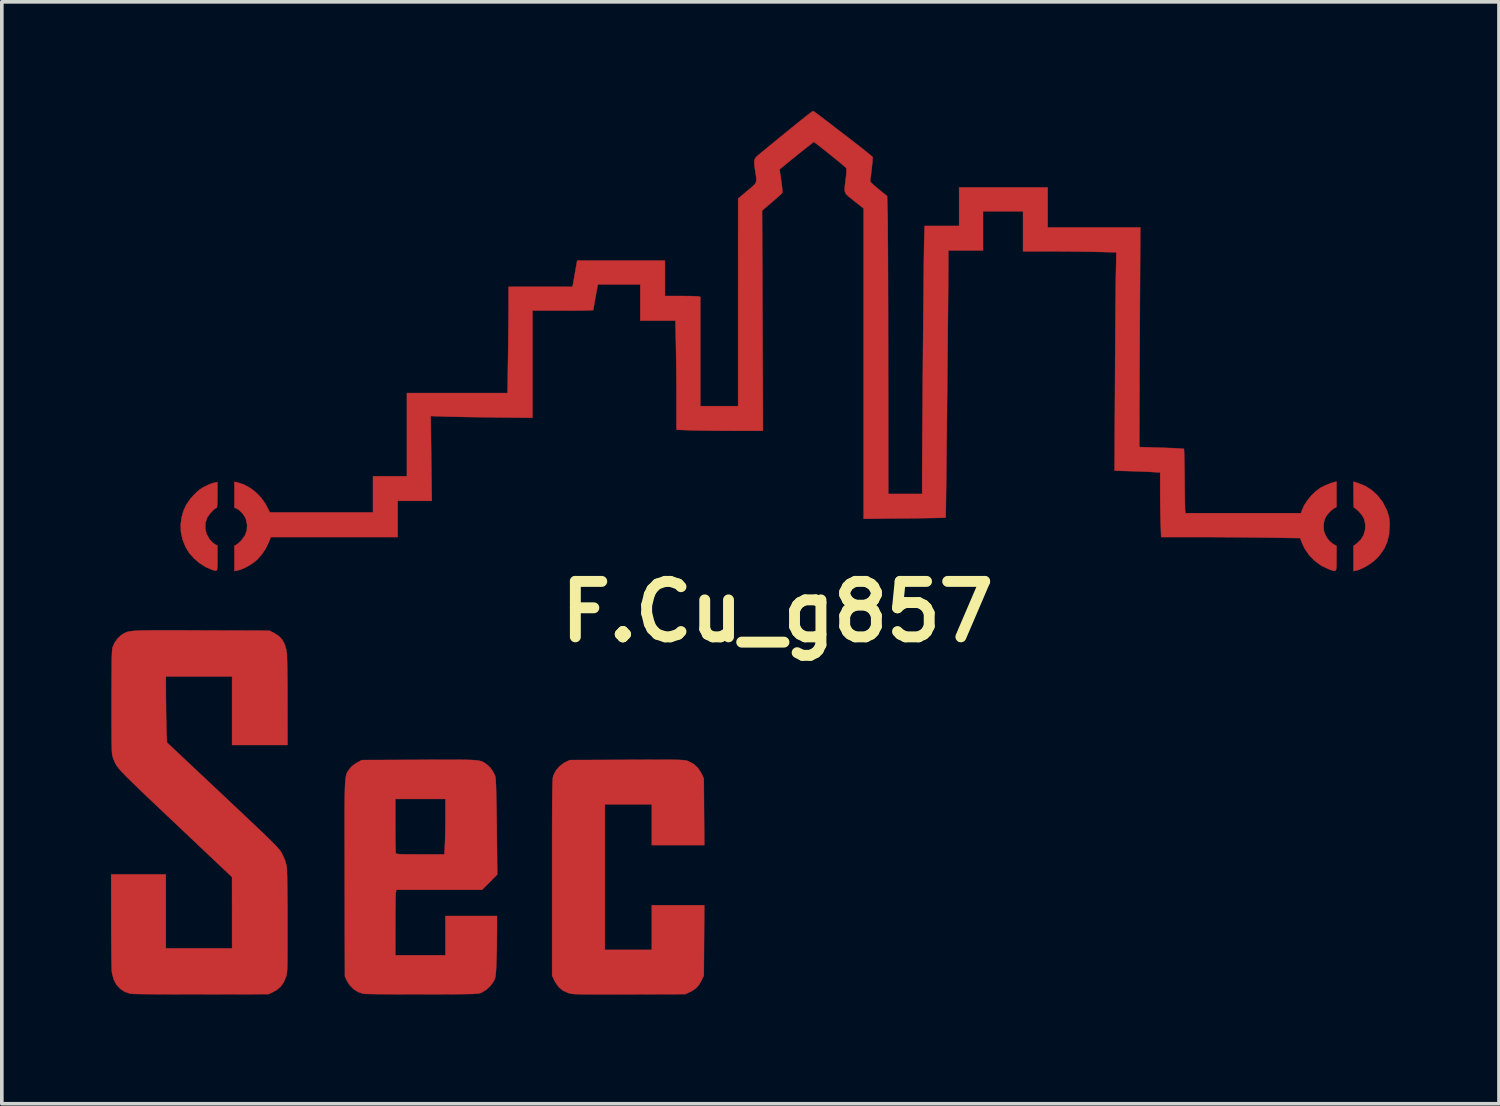
<source format=kicad_pcb>
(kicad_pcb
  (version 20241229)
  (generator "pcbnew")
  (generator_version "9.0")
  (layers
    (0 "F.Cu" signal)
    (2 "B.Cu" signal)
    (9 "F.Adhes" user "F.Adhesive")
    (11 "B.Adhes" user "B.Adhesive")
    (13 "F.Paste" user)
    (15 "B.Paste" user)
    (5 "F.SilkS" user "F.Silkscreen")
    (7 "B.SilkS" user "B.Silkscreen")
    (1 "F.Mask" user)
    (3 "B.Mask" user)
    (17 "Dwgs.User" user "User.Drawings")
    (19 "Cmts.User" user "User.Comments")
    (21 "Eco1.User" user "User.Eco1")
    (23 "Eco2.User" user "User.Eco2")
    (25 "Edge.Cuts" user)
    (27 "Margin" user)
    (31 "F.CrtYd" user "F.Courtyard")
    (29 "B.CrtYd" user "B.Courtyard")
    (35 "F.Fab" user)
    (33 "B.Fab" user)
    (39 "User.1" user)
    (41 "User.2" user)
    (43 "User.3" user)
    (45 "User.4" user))
  (footprint "F.Cu_g857"
    (layer "F.Cu")
    (at 18.314 13.763)
    (property "Reference" "F.Cu_g857" (at 0 0 0) (layer "F.SilkS") (effects (font (size 1.524 1.524) (thickness 0.3))))
    (attr through_hole)
    (fp_poly (pts (xy 15.944 -3.542) (xy 16.149 -3.461) (xy 16.335 -3.343) (xy 16.498 -3.194) (xy 16.634 -3.017) (xy 16.739 -2.816) (xy 16.768 -2.742) (xy 16.798 -2.648) (xy 16.816 -2.566) (xy 16.825 -2.477) (xy 16.827 -2.365) (xy 16.827 -2.359) (xy 16.811 -2.128) (xy 16.761 -1.92) (xy 16.676 -1.731) (xy 16.553 -1.555) (xy 16.464 -1.458) (xy 16.357 -1.365) (xy 16.232 -1.279) (xy 16.101 -1.206) (xy 15.977 -1.153) (xy 15.901 -1.132) (xy 15.833 -1.118) (xy 15.833 -1.81) (xy 15.933 -1.884) (xy 16.037 -1.986) (xy 16.111 -2.11) (xy 16.153 -2.248) (xy 16.16 -2.391) (xy 16.131 -2.531) (xy 16.103 -2.596) (xy 16.064 -2.657) (xy 16.011 -2.722) (xy 15.954 -2.783) (xy 15.9 -2.831) (xy 15.859 -2.856) (xy 15.85 -2.857) (xy 15.844 -2.878) (xy 15.839 -2.933) (xy 15.836 -3.017) (xy 15.833 -3.123) (xy 15.833 -3.216) (xy 15.833 -3.575) (xy 15.944 -3.542)) (stroke (width 0.01) (type solid)) (fill yes) (layer "F.Cu"))
    (fp_poly (pts (xy -15.388 -3.21) (xy -15.389 -3.067) (xy -15.393 -2.959) (xy -15.399 -2.889) (xy -15.408 -2.859) (xy -15.41 -2.857) (xy -15.445 -2.842) (xy -15.496 -2.8) (xy -15.554 -2.741) (xy -15.61 -2.674) (xy -15.656 -2.609) (xy -15.677 -2.572) (xy -15.719 -2.433) (xy -15.723 -2.289) (xy -15.69 -2.146) (xy -15.62 -2.015) (xy -15.586 -1.97) (xy -15.531 -1.913) (xy -15.474 -1.867) (xy -15.45 -1.851) (xy -15.388 -1.819) (xy -15.388 -1.471) (xy -15.388 -1.338) (xy -15.39 -1.243) (xy -15.395 -1.18) (xy -15.406 -1.144) (xy -15.425 -1.129) (xy -15.455 -1.13) (xy -15.498 -1.142) (xy -15.527 -1.152) (xy -15.707 -1.227) (xy -15.88 -1.336) (xy -16.037 -1.471) (xy -16.17 -1.624) (xy -16.263 -1.778) (xy -16.348 -1.989) (xy -16.392 -2.196) (xy -16.397 -2.409) (xy -16.371 -2.599) (xy -16.319 -2.783) (xy -16.241 -2.948) (xy -16.132 -3.104) (xy -16.046 -3.202) (xy -15.955 -3.293) (xy -15.873 -3.36) (xy -15.787 -3.415) (xy -15.718 -3.451) (xy -15.631 -3.492) (xy -15.547 -3.525) (xy -15.483 -3.546) (xy -15.468 -3.549) (xy -15.388 -3.562) (xy -15.388 -3.21)) (stroke (width 0.01) (type solid)) (fill yes) (layer "F.Cu"))
    (fp_poly (pts (xy -3.021 4.067) (xy -2.891 4.067) (xy -2.786 4.069) (xy -2.701 4.071) (xy -2.635 4.074) (xy -2.583 4.077) (xy -2.543 4.082) (xy -2.512 4.087) (xy -2.486 4.094) (xy -2.463 4.101) (xy -2.449 4.107) (xy -2.303 4.183) (xy -2.183 4.292) (xy -2.092 4.431) (xy -2.083 4.449) (xy -2.021 4.583) (xy -2.015 5.498) (xy -2.008 6.413) (xy -3.45 6.413) (xy -3.45 5.292) (xy -4.741 5.292) (xy -4.741 9.292) (xy -3.45 9.292) (xy -3.45 8.065) (xy -2.008 8.065) (xy -2.021 10.001) (xy -2.091 10.143) (xy -2.156 10.256) (xy -2.233 10.342) (xy -2.332 10.412) (xy -2.413 10.454) (xy -2.529 10.509) (xy -4.075 10.514) (xy -4.368 10.515) (xy -4.622 10.515) (xy -4.841 10.515) (xy -5.026 10.515) (xy -5.181 10.515) (xy -5.31 10.514) (xy -5.414 10.512) (xy -5.499 10.51) (xy -5.565 10.507) (xy -5.618 10.503) (xy -5.659 10.498) (xy -5.692 10.492) (xy -5.719 10.486) (xy -5.745 10.478) (xy -5.747 10.477) (xy -5.889 10.413) (xy -6.004 10.319) (xy -6.097 10.19) (xy -6.122 10.144) (xy -6.191 10.002) (xy -6.191 7.303) (xy -6.191 6.908) (xy -6.191 6.554) (xy -6.191 6.237) (xy -6.191 5.957) (xy -6.19 5.709) (xy -6.189 5.492) (xy -6.189 5.305) (xy -6.187 5.144) (xy -6.186 5.007) (xy -6.184 4.892) (xy -6.182 4.797) (xy -6.18 4.72) (xy -6.177 4.658) (xy -6.174 4.61) (xy -6.17 4.572) (xy -6.166 4.543) (xy -6.161 4.52) (xy -6.155 4.501) (xy -6.153 4.494) (xy -6.087 4.365) (xy -5.989 4.249) (xy -5.867 4.156) (xy -5.825 4.134) (xy -5.704 4.075) (xy -4.135 4.069) (xy -3.84 4.068) (xy -3.584 4.067) (xy -3.364 4.066) (xy -3.177 4.066) (xy -3.021 4.067)) (stroke (width 0.01) (type solid)) (fill yes) (layer "F.Cu"))
    (fp_poly (pts (xy -8.851 4.066) (xy -8.686 4.067) (xy -8.549 4.069) (xy -8.435 4.072) (xy -8.342 4.077) (xy -8.267 4.083) (xy -8.207 4.091) (xy -8.159 4.102) (xy -8.12 4.114) (xy -8.087 4.129) (xy -8.056 4.147) (xy -8.025 4.168) (xy -7.991 4.192) (xy -7.988 4.193) (xy -7.904 4.269) (xy -7.827 4.371) (xy -7.768 4.484) (xy -7.749 4.54) (xy -7.744 4.581) (xy -7.738 4.663) (xy -7.733 4.784) (xy -7.728 4.943) (xy -7.724 5.137) (xy -7.719 5.367) (xy -7.715 5.629) (xy -7.712 5.922) (xy -7.712 5.923) (xy -7.698 7.221) (xy -7.907 7.431) (xy -8.117 7.641) (xy -10.472 7.641) (xy -10.485 7.721) (xy -10.488 7.759) (xy -10.491 7.835) (xy -10.493 7.943) (xy -10.495 8.077) (xy -10.497 8.234) (xy -10.498 8.407) (xy -10.498 8.591) (xy -10.498 8.62) (xy -10.499 9.44) (xy -9.123 9.44) (xy -9.123 8.361) (xy -7.705 8.361) (xy -7.706 8.821) (xy -7.708 8.99) (xy -7.71 9.174) (xy -7.714 9.36) (xy -7.719 9.532) (xy -7.723 9.663) (xy -7.729 9.801) (xy -7.735 9.904) (xy -7.742 9.98) (xy -7.751 10.037) (xy -7.763 10.081) (xy -7.78 10.121) (xy -7.794 10.151) (xy -7.879 10.275) (xy -7.994 10.383) (xy -8.124 10.463) (xy -8.144 10.472) (xy -8.164 10.479) (xy -8.187 10.486) (xy -8.217 10.491) (xy -8.256 10.496) (xy -8.309 10.5) (xy -8.377 10.503) (xy -8.464 10.505) (xy -8.573 10.507) (xy -8.706 10.509) (xy -8.868 10.51) (xy -9.061 10.511) (xy -9.288 10.512) (xy -9.552 10.512) (xy -9.758 10.513) (xy -10.011 10.513) (xy -10.254 10.513) (xy -10.483 10.512) (xy -10.694 10.511) (xy -10.884 10.509) (xy -11.049 10.508) (xy -11.185 10.505) (xy -11.289 10.503) (xy -11.358 10.5) (xy -11.385 10.497) (xy -11.525 10.449) (xy -11.653 10.365) (xy -11.762 10.252) (xy -11.836 10.128) (xy -11.885 10.022) (xy -11.891 7.335) (xy -11.892 6.934) (xy -11.892 6.572) (xy -11.893 6.249) (xy -11.893 5.961) (xy -11.893 5.706) (xy -11.893 5.482) (xy -11.892 5.287) (xy -11.89 5.144) (xy -10.499 5.144) (xy -10.499 5.872) (xy -10.498 6.045) (xy -10.497 6.205) (xy -10.496 6.347) (xy -10.494 6.466) (xy -10.491 6.557) (xy -10.488 6.615) (xy -10.486 6.634) (xy -10.478 6.643) (xy -10.461 6.651) (xy -10.429 6.657) (xy -10.378 6.661) (xy -10.304 6.664) (xy -10.203 6.666) (xy -10.07 6.667) (xy -9.901 6.667) (xy -9.812 6.668) (xy -9.151 6.668) (xy -9.137 6.41) (xy -9.133 6.311) (xy -9.129 6.181) (xy -9.126 6.028) (xy -9.124 5.866) (xy -9.123 5.702) (xy -9.123 5.648) (xy -9.123 5.144) (xy -10.499 5.144) (xy -11.89 5.144) (xy -11.89 5.119) (xy -11.887 4.975) (xy -11.884 4.853) (xy -11.88 4.752) (xy -11.875 4.667) (xy -11.868 4.598) (xy -11.861 4.542) (xy -11.852 4.497) (xy -11.841 4.461) (xy -11.829 4.431) (xy -11.816 4.405) (xy -11.801 4.381) (xy -11.784 4.356) (xy -11.765 4.329) (xy -11.764 4.327) (xy -11.695 4.246) (xy -11.604 4.178) (xy -11.557 4.15) (xy -11.419 4.075) (xy -9.842 4.069) (xy -9.539 4.067) (xy -9.274 4.066) (xy -9.046 4.066) (xy -8.851 4.066)) (stroke (width 0.01) (type solid)) (fill yes) (layer "F.Cu"))
    (fp_poly (pts (xy -16.558 0.51) (xy -16.277 0.511) (xy -15.958 0.512) (xy -15.83 0.513) (xy -13.959 0.519) (xy -13.836 0.581) (xy -13.707 0.663) (xy -13.61 0.763) (xy -13.541 0.887) (xy -13.497 1.039) (xy -13.482 1.151) (xy -13.478 1.209) (xy -13.475 1.305) (xy -13.472 1.434) (xy -13.469 1.59) (xy -13.467 1.77) (xy -13.465 1.969) (xy -13.463 2.182) (xy -13.463 2.404) (xy -13.463 2.503) (xy -13.462 3.662) (xy -14.986 3.662) (xy -14.986 1.778) (xy -16.806 1.778) (xy -16.804 2.376) (xy -16.802 2.551) (xy -16.8 2.731) (xy -16.798 2.905) (xy -16.794 3.065) (xy -16.791 3.199) (xy -16.788 3.283) (xy -16.775 3.593) (xy -15.621 4.679) (xy -15.337 4.946) (xy -15.082 5.186) (xy -14.855 5.4) (xy -14.653 5.59) (xy -14.476 5.758) (xy -14.321 5.905) (xy -14.187 6.032) (xy -14.072 6.143) (xy -13.975 6.237) (xy -13.894 6.318) (xy -13.826 6.385) (xy -13.772 6.442) (xy -13.728 6.49) (xy -13.693 6.53) (xy -13.666 6.564) (xy -13.644 6.594) (xy -13.627 6.622) (xy -13.613 6.648) (xy -13.599 6.675) (xy -13.588 6.697) (xy -13.529 6.835) (xy -13.493 6.965) (xy -13.483 7.027) (xy -13.48 7.076) (xy -13.477 7.164) (xy -13.473 7.285) (xy -13.471 7.436) (xy -13.468 7.613) (xy -13.466 7.812) (xy -13.464 8.029) (xy -13.463 8.26) (xy -13.463 8.499) (xy -13.463 8.547) (xy -13.463 8.821) (xy -13.463 9.055) (xy -13.463 9.255) (xy -13.464 9.422) (xy -13.465 9.56) (xy -13.466 9.672) (xy -13.469 9.762) (xy -13.472 9.834) (xy -13.476 9.89) (xy -13.481 9.933) (xy -13.486 9.968) (xy -13.493 9.998) (xy -13.502 10.025) (xy -13.506 10.039) (xy -13.568 10.185) (xy -13.649 10.3) (xy -13.756 10.391) (xy -13.864 10.452) (xy -13.981 10.509) (xy -15.833 10.513) (xy -16.111 10.513) (xy -16.379 10.513) (xy -16.633 10.512) (xy -16.869 10.511) (xy -17.085 10.51) (xy -17.278 10.509) (xy -17.444 10.507) (xy -17.58 10.505) (xy -17.682 10.503) (xy -17.748 10.5) (xy -17.773 10.498) (xy -17.929 10.447) (xy -18.06 10.362) (xy -18.165 10.247) (xy -18.24 10.103) (xy -18.284 9.934) (xy -18.29 9.888) (xy -18.293 9.837) (xy -18.296 9.748) (xy -18.299 9.626) (xy -18.301 9.474) (xy -18.303 9.298) (xy -18.305 9.1) (xy -18.307 8.887) (xy -18.308 8.661) (xy -18.308 8.472) (xy -18.309 7.218) (xy -16.806 7.218) (xy -16.806 9.25) (xy -14.986 9.25) (xy -14.986 8.271) (xy -14.987 7.292) (xy -16.206 6.138) (xy -16.49 5.87) (xy -16.745 5.629) (xy -16.972 5.413) (xy -17.174 5.222) (xy -17.352 5.053) (xy -17.507 4.905) (xy -17.641 4.775) (xy -17.756 4.663) (xy -17.854 4.567) (xy -17.936 4.484) (xy -18.004 4.413) (xy -18.059 4.353) (xy -18.103 4.301) (xy -18.138 4.256) (xy -18.166 4.217) (xy -18.187 4.181) (xy -18.204 4.147) (xy -18.219 4.113) (xy -18.233 4.078) (xy -18.247 4.04) (xy -18.251 4.031) (xy -18.26 4.005) (xy -18.268 3.981) (xy -18.275 3.953) (xy -18.281 3.92) (xy -18.285 3.877) (xy -18.289 3.822) (xy -18.292 3.75) (xy -18.294 3.66) (xy -18.296 3.548) (xy -18.297 3.41) (xy -18.298 3.243) (xy -18.298 3.045) (xy -18.298 2.811) (xy -18.298 2.538) (xy -18.298 2.487) (xy -18.298 2.184) (xy -18.298 1.921) (xy -18.296 1.696) (xy -18.295 1.506) (xy -18.293 1.349) (xy -18.29 1.223) (xy -18.286 1.125) (xy -18.282 1.054) (xy -18.277 1.006) (xy -18.273 0.984) (xy -18.217 0.856) (xy -18.137 0.741) (xy -18.042 0.65) (xy -18.018 0.634) (xy -17.985 0.612) (xy -17.954 0.593) (xy -17.923 0.577) (xy -17.89 0.563) (xy -17.851 0.55) (xy -17.804 0.54) (xy -17.747 0.532) (xy -17.675 0.525) (xy -17.587 0.52) (xy -17.48 0.516) (xy -17.35 0.513) (xy -17.196 0.511) (xy -17.015 0.51) (xy -16.803 0.51) (xy -16.558 0.51)) (stroke (width 0.01) (type solid)) (fill yes) (layer "F.Cu"))
    (fp_poly (pts (xy 0.982 -13.758) (xy 0.99 -13.755) (xy 1.004 -13.748) (xy 1.025 -13.734) (xy 1.057 -13.712) (xy 1.101 -13.679) (xy 1.161 -13.634) (xy 1.24 -13.575) (xy 1.339 -13.499) (xy 1.462 -13.405) (xy 1.611 -13.29) (xy 1.79 -13.153) (xy 1.933 -13.043) (xy 2.081 -12.929) (xy 2.217 -12.823) (xy 2.34 -12.726) (xy 2.445 -12.643) (xy 2.528 -12.576) (xy 2.586 -12.527) (xy 2.615 -12.501) (xy 2.618 -12.497) (xy 2.619 -12.469) (xy 2.615 -12.407) (xy 2.608 -12.323) (xy 2.598 -12.224) (xy 2.586 -12.12) (xy 2.574 -12.02) (xy 2.562 -11.934) (xy 2.552 -11.87) (xy 2.55 -11.86) (xy 2.551 -11.837) (xy 2.567 -11.808) (xy 2.602 -11.77) (xy 2.66 -11.716) (xy 2.747 -11.644) (xy 2.778 -11.618) (xy 3.016 -11.424) (xy 3.029 -10.966) (xy 3.031 -10.895) (xy 3.032 -10.785) (xy 3.034 -10.637) (xy 3.035 -10.454) (xy 3.036 -10.239) (xy 3.038 -9.994) (xy 3.039 -9.723) (xy 3.04 -9.427) (xy 3.041 -9.108) (xy 3.042 -8.771) (xy 3.043 -8.416) (xy 3.044 -8.047) (xy 3.044 -7.666) (xy 3.045 -7.276) (xy 3.045 -6.879) (xy 3.045 -6.874) (xy 3.048 -3.239) (xy 3.979 -3.239) (xy 3.979 -3.614) (xy 3.979 -3.729) (xy 3.979 -3.879) (xy 3.98 -4.061) (xy 3.981 -4.272) (xy 3.983 -4.509) (xy 3.984 -4.769) (xy 3.986 -5.049) (xy 3.988 -5.347) (xy 3.991 -5.658) (xy 3.993 -5.98) (xy 3.996 -6.311) (xy 3.999 -6.646) (xy 4.001 -6.984) (xy 4.004 -7.32) (xy 4.007 -7.652) (xy 4.01 -7.977) (xy 4.013 -8.293) (xy 4.016 -8.595) (xy 4.019 -8.881) (xy 4.021 -9.147) (xy 4.024 -9.392) (xy 4.026 -9.612) (xy 4.029 -9.803) (xy 4.031 -9.964) (xy 4.033 -10.09) (xy 4.034 -10.179) (xy 4.035 -10.218) (xy 4.047 -10.604) (xy 4.995 -10.604) (xy 4.995 -11.663) (xy 7.429 -11.663) (xy 7.429 -10.562) (xy 9.975 -10.562) (xy 9.959 -7.546) (xy 9.957 -7.192) (xy 9.956 -6.85) (xy 9.954 -6.522) (xy 9.953 -6.211) (xy 9.952 -5.919) (xy 9.951 -5.647) (xy 9.95 -5.4) (xy 9.95 -5.178) (xy 9.949 -4.985) (xy 9.949 -4.823) (xy 9.949 -4.694) (xy 9.95 -4.6) (xy 9.95 -4.544) (xy 9.951 -4.528) (xy 9.973 -4.527) (xy 10.033 -4.525) (xy 10.123 -4.522) (xy 10.24 -4.518) (xy 10.378 -4.514) (xy 10.53 -4.509) (xy 10.559 -4.508) (xy 10.714 -4.503) (xy 10.856 -4.498) (xy 10.978 -4.492) (xy 11.075 -4.486) (xy 11.141 -4.481) (xy 11.172 -4.477) (xy 11.173 -4.476) (xy 11.176 -4.453) (xy 11.179 -4.392) (xy 11.182 -4.297) (xy 11.185 -4.175) (xy 11.188 -4.028) (xy 11.19 -3.862) (xy 11.192 -3.682) (xy 11.192 -3.634) (xy 11.194 -3.449) (xy 11.196 -3.276) (xy 11.198 -3.119) (xy 11.2 -2.985) (xy 11.203 -2.877) (xy 11.205 -2.801) (xy 11.208 -2.76) (xy 11.208 -2.757) (xy 11.219 -2.709) (xy 14.39 -2.709) (xy 14.416 -2.787) (xy 14.475 -2.919) (xy 14.564 -3.058) (xy 14.674 -3.192) (xy 14.796 -3.31) (xy 14.922 -3.403) (xy 14.938 -3.413) (xy 15.05 -3.47) (xy 15.175 -3.522) (xy 15.292 -3.56) (xy 15.309 -3.564) (xy 15.367 -3.578) (xy 15.367 -2.88) (xy 15.309 -2.849) (xy 15.242 -2.802) (xy 15.168 -2.731) (xy 15.102 -2.651) (xy 15.06 -2.584) (xy 15.025 -2.477) (xy 15.011 -2.352) (xy 15.021 -2.226) (xy 15.037 -2.165) (xy 15.092 -2.049) (xy 15.173 -1.945) (xy 15.268 -1.865) (xy 15.291 -1.852) (xy 15.367 -1.811) (xy 15.367 -1.466) (xy 15.367 -1.331) (xy 15.365 -1.233) (xy 15.358 -1.169) (xy 15.341 -1.133) (xy 15.312 -1.122) (xy 15.267 -1.13) (xy 15.202 -1.152) (xy 15.145 -1.174) (xy 14.946 -1.27) (xy 14.767 -1.4) (xy 14.613 -1.558) (xy 14.489 -1.739) (xy 14.412 -1.907) (xy 14.369 -2.025) (xy 13.415 -2.039) (xy 13.167 -2.042) (xy 12.889 -2.045) (xy 12.594 -2.048) (xy 12.293 -2.05) (xy 11.998 -2.052) (xy 11.723 -2.053) (xy 11.504 -2.053) (xy 10.548 -2.053) (xy 10.534 -2.438) (xy 10.529 -2.579) (xy 10.526 -2.75) (xy 10.523 -2.936) (xy 10.521 -3.123) (xy 10.52 -3.299) (xy 10.52 -3.324) (xy 10.52 -3.827) (xy 10.335 -3.839) (xy 10.255 -3.844) (xy 10.143 -3.849) (xy 10.009 -3.854) (xy 9.863 -3.86) (xy 9.716 -3.865) (xy 9.708 -3.865) (xy 9.267 -3.878) (xy 9.28 -6.305) (xy 9.282 -6.635) (xy 9.283 -6.963) (xy 9.286 -7.284) (xy 9.288 -7.594) (xy 9.29 -7.892) (xy 9.292 -8.172) (xy 9.294 -8.432) (xy 9.297 -8.667) (xy 9.299 -8.875) (xy 9.301 -9.051) (xy 9.303 -9.193) (xy 9.305 -9.296) (xy 9.305 -9.305) (xy 9.317 -9.878) (xy 8.728 -9.892) (xy 8.546 -9.896) (xy 8.335 -9.899) (xy 8.107 -9.902) (xy 7.874 -9.904) (xy 7.648 -9.905) (xy 7.445 -9.906) (xy 6.752 -9.906) (xy 6.752 -11.007) (xy 5.652 -11.007) (xy 5.652 -9.927) (xy 4.699 -9.927) (xy 4.699 -9.615) (xy 4.699 -9.527) (xy 4.698 -9.405) (xy 4.697 -9.25) (xy 4.696 -9.066) (xy 4.694 -8.854) (xy 4.692 -8.618) (xy 4.69 -8.36) (xy 4.687 -8.084) (xy 4.685 -7.79) (xy 4.682 -7.483) (xy 4.679 -7.165) (xy 4.675 -6.839) (xy 4.672 -6.507) (xy 4.669 -6.172) (xy 4.665 -5.837) (xy 4.662 -5.504) (xy 4.658 -5.176) (xy 4.655 -4.856) (xy 4.651 -4.546) (xy 4.648 -4.249) (xy 4.645 -3.968) (xy 4.642 -3.705) (xy 4.639 -3.464) (xy 4.636 -3.246) (xy 4.634 -3.054) (xy 4.632 -2.892) (xy 4.63 -2.761) (xy 4.628 -2.665) (xy 4.627 -2.606) (xy 4.626 -2.587) (xy 4.604 -2.585) (xy 4.543 -2.583) (xy 4.449 -2.581) (xy 4.323 -2.578) (xy 4.171 -2.576) (xy 3.996 -2.573) (xy 3.803 -2.57) (xy 3.594 -2.568) (xy 3.494 -2.567) (xy 2.371 -2.555) (xy 2.371 -11.084) (xy 2.143 -11.265) (xy 2.036 -11.35) (xy 1.957 -11.413) (xy 1.903 -11.465) (xy 1.869 -11.511) (xy 1.852 -11.56) (xy 1.849 -11.62) (xy 1.855 -11.699) (xy 1.869 -11.804) (xy 1.874 -11.851) (xy 1.889 -11.976) (xy 1.897 -12.065) (xy 1.9 -12.127) (xy 1.898 -12.167) (xy 1.891 -12.192) (xy 1.882 -12.205) (xy 1.858 -12.228) (xy 1.806 -12.272) (xy 1.734 -12.333) (xy 1.646 -12.405) (xy 1.547 -12.486) (xy 1.442 -12.57) (xy 1.338 -12.654) (xy 1.239 -12.732) (xy 1.151 -12.801) (xy 1.079 -12.857) (xy 1.028 -12.895) (xy 1.004 -12.911) (xy 1.003 -12.912) (xy 0.984 -12.899) (xy 0.937 -12.864) (xy 0.868 -12.809) (xy 0.781 -12.741) (xy 0.681 -12.661) (xy 0.573 -12.575) (xy 0.463 -12.486) (xy 0.355 -12.399) (xy 0.254 -12.317) (xy 0.166 -12.244) (xy 0.113 -12.2) (xy 0.06 -12.156) (xy 0.106 -11.844) (xy 0.123 -11.719) (xy 0.134 -11.629) (xy 0.138 -11.567) (xy 0.135 -11.528) (xy 0.127 -11.505) (xy 0.124 -11.5) (xy 0.099 -11.476) (xy 0.048 -11.429) (xy -0.023 -11.366) (xy -0.108 -11.293) (xy -0.162 -11.246) (xy -0.42 -11.026) (xy -0.396 -4.974) (xy -1.2 -4.974) (xy -1.4 -4.975) (xy -1.605 -4.976) (xy -1.806 -4.977) (xy -1.995 -4.98) (xy -2.164 -4.982) (xy -2.304 -4.986) (xy -2.388 -4.988) (xy -2.773 -5.002) (xy -2.773 -5.831) (xy -2.773 -6.052) (xy -2.774 -6.293) (xy -2.776 -6.541) (xy -2.779 -6.787) (xy -2.782 -7.018) (xy -2.785 -7.225) (xy -2.787 -7.331) (xy -2.801 -8.001) (xy -3.768 -8.001) (xy -3.768 -8.996) (xy -4.931 -8.996) (xy -4.942 -8.948) (xy -4.95 -8.905) (xy -4.964 -8.834) (xy -4.981 -8.743) (xy -4.999 -8.642) (xy -5.017 -8.539) (xy -5.034 -8.444) (xy -5.048 -8.366) (xy -5.056 -8.312) (xy -5.059 -8.294) (xy -5.079 -8.29) (xy -5.137 -8.286) (xy -5.229 -8.283) (xy -5.349 -8.28) (xy -5.494 -8.278) (xy -5.659 -8.277) (xy -5.838 -8.276) (xy -5.895 -8.276) (xy -6.731 -8.276) (xy -6.731 -5.331) (xy -7.816 -5.343) (xy -8.039 -5.346) (xy -8.259 -5.349) (xy -8.471 -5.352) (xy -8.669 -5.355) (xy -8.848 -5.359) (xy -9.002 -5.362) (xy -9.124 -5.365) (xy -9.211 -5.368) (xy -9.214 -5.368) (xy -9.527 -5.38) (xy -9.512 -4.214) (xy -9.497 -3.048) (xy -10.435 -3.048) (xy -10.435 -2.053) (xy -13.921 -2.053) (xy -13.979 -1.906) (xy -14.061 -1.736) (xy -14.169 -1.576) (xy -14.293 -1.437) (xy -14.376 -1.365) (xy -14.496 -1.283) (xy -14.625 -1.213) (xy -14.747 -1.16) (xy -14.844 -1.132) (xy -14.922 -1.117) (xy -14.922 -1.813) (xy -14.867 -1.843) (xy -14.824 -1.874) (xy -14.767 -1.926) (xy -14.719 -1.976) (xy -14.629 -2.104) (xy -14.58 -2.244) (xy -14.572 -2.39) (xy -14.605 -2.541) (xy -14.617 -2.573) (xy -14.662 -2.652) (xy -14.726 -2.731) (xy -14.797 -2.798) (xy -14.859 -2.836) (xy -14.922 -2.863) (xy -14.922 -3.573) (xy -14.833 -3.553) (xy -14.659 -3.496) (xy -14.489 -3.403) (xy -14.329 -3.28) (xy -14.187 -3.134) (xy -14.071 -2.969) (xy -14.036 -2.905) (xy -13.948 -2.731) (xy -11.113 -2.731) (xy -11.113 -3.725) (xy -10.181 -3.725) (xy -10.181 -6.011) (xy -7.415 -6.011) (xy -7.401 -6.999) (xy -7.398 -7.221) (xy -7.395 -7.448) (xy -7.393 -7.673) (xy -7.391 -7.888) (xy -7.389 -8.086) (xy -7.388 -8.26) (xy -7.387 -8.402) (xy -7.387 -8.46) (xy -7.387 -8.932) (xy -5.631 -8.932) (xy -5.621 -8.98) (xy -5.613 -9.019) (xy -5.6 -9.09) (xy -5.584 -9.182) (xy -5.567 -9.282) (xy -5.549 -9.386) (xy -5.532 -9.48) (xy -5.519 -9.553) (xy -5.512 -9.594) (xy -5.5 -9.652) (xy -3.09 -9.652) (xy -3.09 -8.678) (xy -2.651 -8.678) (xy -2.516 -8.677) (xy -2.393 -8.676) (xy -2.29 -8.673) (xy -2.212 -8.67) (xy -2.169 -8.666) (xy -2.164 -8.665) (xy -2.117 -8.652) (xy -2.117 -5.652) (xy -1.079 -5.652) (xy -1.079 -8.504) (xy -1.078 -11.356) (xy -0.826 -11.568) (xy -0.728 -11.649) (xy -0.658 -11.711) (xy -0.611 -11.762) (xy -0.586 -11.81) (xy -0.576 -11.863) (xy -0.58 -11.931) (xy -0.593 -12.022) (xy -0.603 -12.086) (xy -0.623 -12.216) (xy -0.634 -12.312) (xy -0.635 -12.383) (xy -0.623 -12.437) (xy -0.597 -12.482) (xy -0.555 -12.525) (xy -0.494 -12.577) (xy -0.482 -12.587) (xy -0.203 -12.815) (xy 0.043 -13.017) (xy 0.259 -13.192) (xy 0.444 -13.343) (xy 0.601 -13.469) (xy 0.728 -13.572) (xy 0.829 -13.651) (xy 0.903 -13.708) (xy 0.951 -13.744) (xy 0.973 -13.758) (xy 0.975 -13.758) (xy 0.982 -13.758)) (stroke (width 0.01) (type solid)) (fill yes) (layer "F.Cu")))
  (gr_rect
    (start -3 -3)
    (end 38.146 27.284)
    (stroke (width 0.1) (type default))
    (fill no)
    (layer "Edge.Cuts")))
</source>
